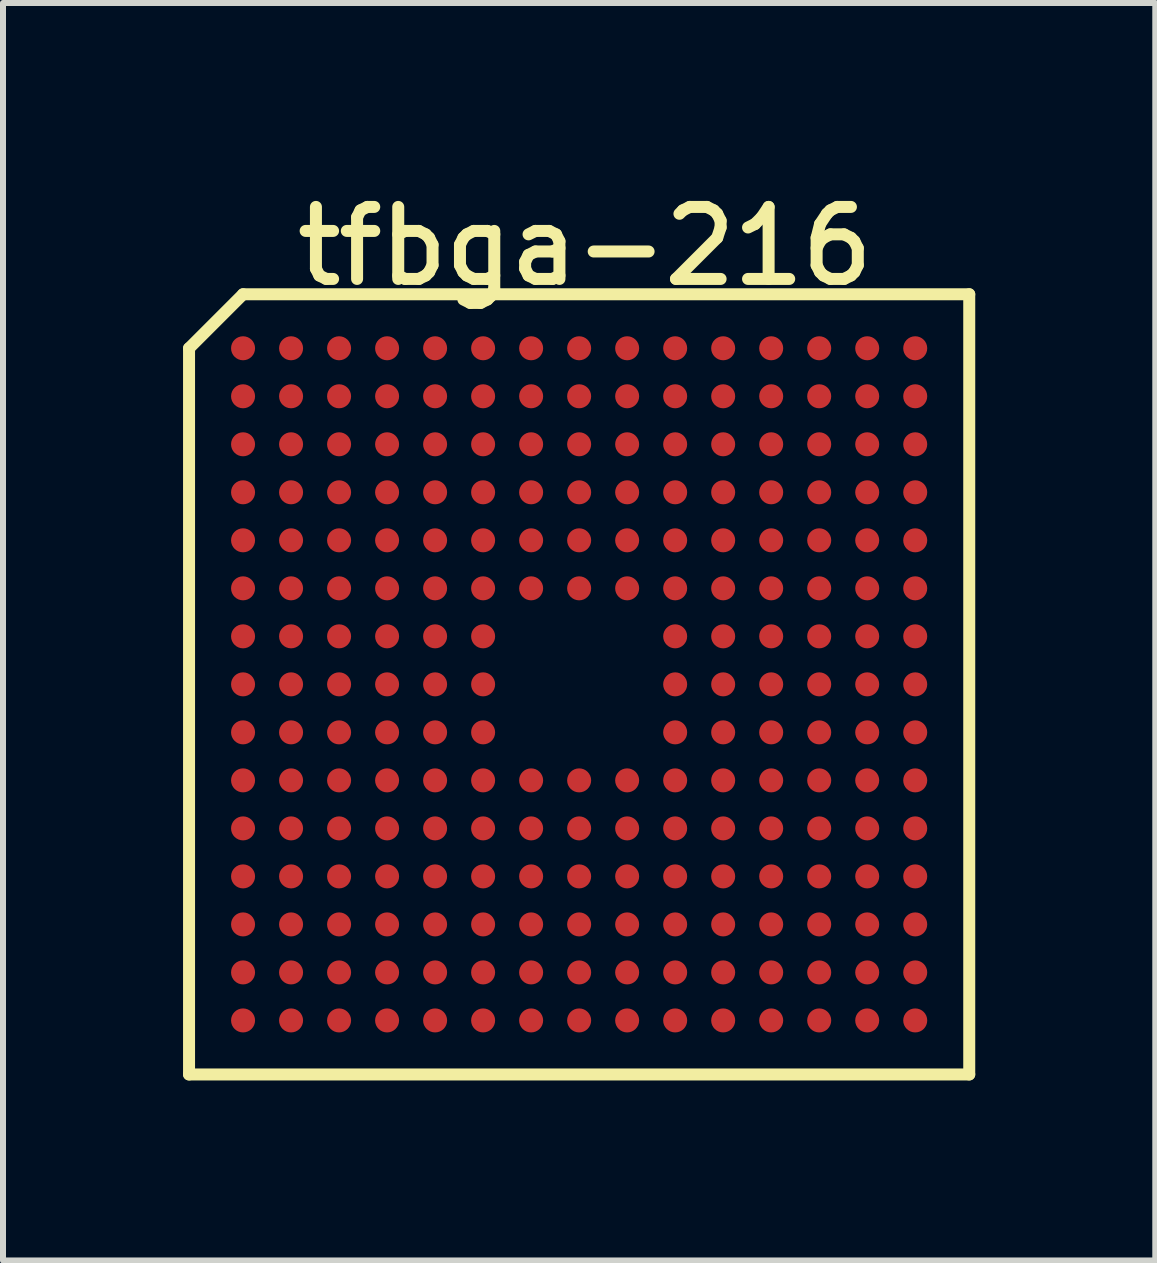
<source format=kicad_pcb>
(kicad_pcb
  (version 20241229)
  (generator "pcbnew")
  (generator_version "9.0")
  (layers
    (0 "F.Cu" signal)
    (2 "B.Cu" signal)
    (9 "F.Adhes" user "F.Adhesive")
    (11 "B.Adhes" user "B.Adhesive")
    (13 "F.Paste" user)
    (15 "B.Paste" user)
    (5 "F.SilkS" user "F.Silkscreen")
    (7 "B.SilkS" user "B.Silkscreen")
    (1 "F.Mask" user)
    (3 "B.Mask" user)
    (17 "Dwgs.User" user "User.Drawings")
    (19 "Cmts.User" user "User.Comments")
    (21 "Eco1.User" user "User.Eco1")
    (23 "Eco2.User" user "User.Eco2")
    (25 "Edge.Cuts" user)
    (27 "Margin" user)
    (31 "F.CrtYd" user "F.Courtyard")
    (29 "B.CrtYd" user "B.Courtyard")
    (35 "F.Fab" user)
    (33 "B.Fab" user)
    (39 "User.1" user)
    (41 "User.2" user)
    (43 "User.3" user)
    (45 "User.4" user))
  (footprint "tfbga-216"
    (layer "F.Cu")
    (at 6.6 8.353)
    (property "Reference" "tfbga-216" (at 0.1 -7.3 0) (layer "F.SilkS") (effects (font (size 1.2 1.2) (thickness 0.2))))
    (attr through_hole)
    (fp_line (start -6.5 -5.6) (end -6.5 6.5) (stroke (width 0.2) (type solid)) (layer "F.SilkS"))
    (fp_line (start -6.5 6.5) (end 6.5 6.5) (stroke (width 0.2) (type solid)) (layer "F.SilkS"))
    (fp_line (start -5.6 -6.5) (end -6.5 -5.6) (stroke (width 0.2) (type solid)) (layer "F.SilkS"))
    (fp_line (start 6.5 -6.5) (end -5.6 -6.5) (stroke (width 0.2) (type solid)) (layer "F.SilkS"))
    (fp_line (start 6.5 6.5) (end 6.5 -6.5) (stroke (width 0.2) (type solid)) (layer "F.SilkS"))
    (pad "A1" smd circle (at -5.6 -5.6) (size 0.4 0.4) (layers "F.Cu" "F.Mask" "F.Paste"))
    (pad "A2" smd circle (at -4.8 -5.6) (size 0.4 0.4) (layers "F.Cu" "F.Mask" "F.Paste"))
    (pad "A3" smd circle (at -4 -5.6) (size 0.4 0.4) (layers "F.Cu" "F.Mask" "F.Paste"))
    (pad "A4" smd circle (at -3.2 -5.6) (size 0.4 0.4) (layers "F.Cu" "F.Mask" "F.Paste"))
    (pad "A5" smd circle (at -2.4 -5.6) (size 0.4 0.4) (layers "F.Cu" "F.Mask" "F.Paste"))
    (pad "A6" smd circle (at -1.6 -5.6) (size 0.4 0.4) (layers "F.Cu" "F.Mask" "F.Paste"))
    (pad "A7" smd circle (at -0.8 -5.6) (size 0.4 0.4) (layers "F.Cu" "F.Mask" "F.Paste"))
    (pad "A8" smd circle (at 0 -5.6) (size 0.4 0.4) (layers "F.Cu" "F.Mask" "F.Paste"))
    (pad "A9" smd circle (at 0.8 -5.6) (size 0.4 0.4) (layers "F.Cu" "F.Mask" "F.Paste"))
    (pad "A10" smd circle (at 1.6 -5.6) (size 0.4 0.4) (layers "F.Cu" "F.Mask" "F.Paste"))
    (pad "A11" smd circle (at 2.4 -5.6) (size 0.4 0.4) (layers "F.Cu" "F.Mask" "F.Paste"))
    (pad "A12" smd circle (at 3.2 -5.6) (size 0.4 0.4) (layers "F.Cu" "F.Mask" "F.Paste"))
    (pad "A13" smd circle (at 4 -5.6) (size 0.4 0.4) (layers "F.Cu" "F.Mask" "F.Paste"))
    (pad "A14" smd circle (at 4.8 -5.6) (size 0.4 0.4) (layers "F.Cu" "F.Mask" "F.Paste"))
    (pad "A15" smd circle (at 5.6 -5.6) (size 0.4 0.4) (layers "F.Cu" "F.Mask" "F.Paste"))
    (pad "B1" smd circle (at -5.6 -4.8) (size 0.4 0.4) (layers "F.Cu" "F.Mask" "F.Paste"))
    (pad "B2" smd circle (at -4.8 -4.8) (size 0.4 0.4) (layers "F.Cu" "F.Mask" "F.Paste"))
    (pad "B3" smd circle (at -4 -4.8) (size 0.4 0.4) (layers "F.Cu" "F.Mask" "F.Paste"))
    (pad "B4" smd circle (at -3.2 -4.8) (size 0.4 0.4) (layers "F.Cu" "F.Mask" "F.Paste"))
    (pad "B5" smd circle (at -2.4 -4.8) (size 0.4 0.4) (layers "F.Cu" "F.Mask" "F.Paste"))
    (pad "B6" smd circle (at -1.6 -4.8) (size 0.4 0.4) (layers "F.Cu" "F.Mask" "F.Paste"))
    (pad "B7" smd circle (at -0.8 -4.8) (size 0.4 0.4) (layers "F.Cu" "F.Mask" "F.Paste"))
    (pad "B8" smd circle (at 0 -4.8) (size 0.4 0.4) (layers "F.Cu" "F.Mask" "F.Paste"))
    (pad "B9" smd circle (at 0.8 -4.8) (size 0.4 0.4) (layers "F.Cu" "F.Mask" "F.Paste"))
    (pad "B10" smd circle (at 1.6 -4.8) (size 0.4 0.4) (layers "F.Cu" "F.Mask" "F.Paste"))
    (pad "B11" smd circle (at 2.4 -4.8) (size 0.4 0.4) (layers "F.Cu" "F.Mask" "F.Paste"))
    (pad "B12" smd circle (at 3.2 -4.8) (size 0.4 0.4) (layers "F.Cu" "F.Mask" "F.Paste"))
    (pad "B13" smd circle (at 4 -4.8) (size 0.4 0.4) (layers "F.Cu" "F.Mask" "F.Paste"))
    (pad "B14" smd circle (at 4.8 -4.8) (size 0.4 0.4) (layers "F.Cu" "F.Mask" "F.Paste"))
    (pad "B15" smd circle (at 5.6 -4.8) (size 0.4 0.4) (layers "F.Cu" "F.Mask" "F.Paste"))
    (pad "C1" smd circle (at -5.6 -4) (size 0.4 0.4) (layers "F.Cu" "F.Mask" "F.Paste"))
    (pad "C2" smd circle (at -4.8 -4) (size 0.4 0.4) (layers "F.Cu" "F.Mask" "F.Paste"))
    (pad "C3" smd circle (at -4 -4) (size 0.4 0.4) (layers "F.Cu" "F.Mask" "F.Paste"))
    (pad "C4" smd circle (at -3.2 -4) (size 0.4 0.4) (layers "F.Cu" "F.Mask" "F.Paste"))
    (pad "C5" smd circle (at -2.4 -4) (size 0.4 0.4) (layers "F.Cu" "F.Mask" "F.Paste"))
    (pad "C6" smd circle (at -1.6 -4) (size 0.4 0.4) (layers "F.Cu" "F.Mask" "F.Paste"))
    (pad "C7" smd circle (at -0.8 -4) (size 0.4 0.4) (layers "F.Cu" "F.Mask" "F.Paste"))
    (pad "C8" smd circle (at 0 -4) (size 0.4 0.4) (layers "F.Cu" "F.Mask" "F.Paste"))
    (pad "C9" smd circle (at 0.8 -4) (size 0.4 0.4) (layers "F.Cu" "F.Mask" "F.Paste"))
    (pad "C10" smd circle (at 1.6 -4) (size 0.4 0.4) (layers "F.Cu" "F.Mask" "F.Paste"))
    (pad "C11" smd circle (at 2.4 -4) (size 0.4 0.4) (layers "F.Cu" "F.Mask" "F.Paste"))
    (pad "C12" smd circle (at 3.2 -4) (size 0.4 0.4) (layers "F.Cu" "F.Mask" "F.Paste"))
    (pad "C13" smd circle (at 4 -4) (size 0.4 0.4) (layers "F.Cu" "F.Mask" "F.Paste"))
    (pad "C14" smd circle (at 4.8 -4) (size 0.4 0.4) (layers "F.Cu" "F.Mask" "F.Paste"))
    (pad "C15" smd circle (at 5.6 -4) (size 0.4 0.4) (layers "F.Cu" "F.Mask" "F.Paste"))
    (pad "D1" smd circle (at -5.6 -3.2) (size 0.4 0.4) (layers "F.Cu" "F.Mask" "F.Paste"))
    (pad "D2" smd circle (at -4.8 -3.2) (size 0.4 0.4) (layers "F.Cu" "F.Mask" "F.Paste"))
    (pad "D3" smd circle (at -4 -3.2) (size 0.4 0.4) (layers "F.Cu" "F.Mask" "F.Paste"))
    (pad "D4" smd circle (at -3.2 -3.2) (size 0.4 0.4) (layers "F.Cu" "F.Mask" "F.Paste"))
    (pad "D5" smd circle (at -2.4 -3.2) (size 0.4 0.4) (layers "F.Cu" "F.Mask" "F.Paste"))
    (pad "D6" smd circle (at -1.6 -3.2) (size 0.4 0.4) (layers "F.Cu" "F.Mask" "F.Paste"))
    (pad "D7" smd circle (at -0.8 -3.2) (size 0.4 0.4) (layers "F.Cu" "F.Mask" "F.Paste"))
    (pad "D8" smd circle (at 0 -3.2) (size 0.4 0.4) (layers "F.Cu" "F.Mask" "F.Paste"))
    (pad "D9" smd circle (at 0.8 -3.2) (size 0.4 0.4) (layers "F.Cu" "F.Mask" "F.Paste"))
    (pad "D10" smd circle (at 1.6 -3.2) (size 0.4 0.4) (layers "F.Cu" "F.Mask" "F.Paste"))
    (pad "D11" smd circle (at 2.4 -3.2) (size 0.4 0.4) (layers "F.Cu" "F.Mask" "F.Paste"))
    (pad "D12" smd circle (at 3.2 -3.2) (size 0.4 0.4) (layers "F.Cu" "F.Mask" "F.Paste"))
    (pad "D13" smd circle (at 4 -3.2) (size 0.4 0.4) (layers "F.Cu" "F.Mask" "F.Paste"))
    (pad "D14" smd circle (at 4.8 -3.2) (size 0.4 0.4) (layers "F.Cu" "F.Mask" "F.Paste"))
    (pad "D15" smd circle (at 5.6 -3.2) (size 0.4 0.4) (layers "F.Cu" "F.Mask" "F.Paste"))
    (pad "E1" smd circle (at -5.6 -2.4) (size 0.4 0.4) (layers "F.Cu" "F.Mask" "F.Paste"))
    (pad "E2" smd circle (at -4.8 -2.4) (size 0.4 0.4) (layers "F.Cu" "F.Mask" "F.Paste"))
    (pad "E3" smd circle (at -4 -2.4) (size 0.4 0.4) (layers "F.Cu" "F.Mask" "F.Paste"))
    (pad "E4" smd circle (at -3.2 -2.4) (size 0.4 0.4) (layers "F.Cu" "F.Mask" "F.Paste"))
    (pad "E5" smd circle (at -2.4 -2.4) (size 0.4 0.4) (layers "F.Cu" "F.Mask" "F.Paste"))
    (pad "E6" smd circle (at -1.6 -2.4) (size 0.4 0.4) (layers "F.Cu" "F.Mask" "F.Paste"))
    (pad "E7" smd circle (at -0.8 -2.4) (size 0.4 0.4) (layers "F.Cu" "F.Mask" "F.Paste"))
    (pad "E8" smd circle (at 0 -2.4) (size 0.4 0.4) (layers "F.Cu" "F.Mask" "F.Paste"))
    (pad "E9" smd circle (at 0.8 -2.4) (size 0.4 0.4) (layers "F.Cu" "F.Mask" "F.Paste"))
    (pad "E10" smd circle (at 1.6 -2.4) (size 0.4 0.4) (layers "F.Cu" "F.Mask" "F.Paste"))
    (pad "E11" smd circle (at 2.4 -2.4) (size 0.4 0.4) (layers "F.Cu" "F.Mask" "F.Paste"))
    (pad "E12" smd circle (at 3.2 -2.4) (size 0.4 0.4) (layers "F.Cu" "F.Mask" "F.Paste"))
    (pad "E13" smd circle (at 4 -2.4) (size 0.4 0.4) (layers "F.Cu" "F.Mask" "F.Paste"))
    (pad "E14" smd circle (at 4.8 -2.4) (size 0.4 0.4) (layers "F.Cu" "F.Mask" "F.Paste"))
    (pad "E15" smd circle (at 5.6 -2.4) (size 0.4 0.4) (layers "F.Cu" "F.Mask" "F.Paste"))
    (pad "F1" smd circle (at -5.6 -1.6) (size 0.4 0.4) (layers "F.Cu" "F.Mask" "F.Paste"))
    (pad "F2" smd circle (at -4.8 -1.6) (size 0.4 0.4) (layers "F.Cu" "F.Mask" "F.Paste"))
    (pad "F3" smd circle (at -4 -1.6) (size 0.4 0.4) (layers "F.Cu" "F.Mask" "F.Paste"))
    (pad "F4" smd circle (at -3.2 -1.6) (size 0.4 0.4) (layers "F.Cu" "F.Mask" "F.Paste"))
    (pad "F5" smd circle (at -2.4 -1.6) (size 0.4 0.4) (layers "F.Cu" "F.Mask" "F.Paste"))
    (pad "F6" smd circle (at -1.6 -1.6) (size 0.4 0.4) (layers "F.Cu" "F.Mask" "F.Paste"))
    (pad "F7" smd circle (at -0.8 -1.6) (size 0.4 0.4) (layers "F.Cu" "F.Mask" "F.Paste"))
    (pad "F8" smd circle (at 0 -1.6) (size 0.4 0.4) (layers "F.Cu" "F.Mask" "F.Paste"))
    (pad "F9" smd circle (at 0.8 -1.6) (size 0.4 0.4) (layers "F.Cu" "F.Mask" "F.Paste"))
    (pad "F10" smd circle (at 1.6 -1.6) (size 0.4 0.4) (layers "F.Cu" "F.Mask" "F.Paste"))
    (pad "F11" smd circle (at 2.4 -1.6) (size 0.4 0.4) (layers "F.Cu" "F.Mask" "F.Paste"))
    (pad "F12" smd circle (at 3.2 -1.6) (size 0.4 0.4) (layers "F.Cu" "F.Mask" "F.Paste"))
    (pad "F13" smd circle (at 4 -1.6) (size 0.4 0.4) (layers "F.Cu" "F.Mask" "F.Paste"))
    (pad "F14" smd circle (at 4.8 -1.6) (size 0.4 0.4) (layers "F.Cu" "F.Mask" "F.Paste"))
    (pad "F15" smd circle (at 5.6 -1.6) (size 0.4 0.4) (layers "F.Cu" "F.Mask" "F.Paste"))
    (pad "G1" smd circle (at -5.6 -0.8) (size 0.4 0.4) (layers "F.Cu" "F.Mask" "F.Paste"))
    (pad "G2" smd circle (at -4.8 -0.8) (size 0.4 0.4) (layers "F.Cu" "F.Mask" "F.Paste"))
    (pad "G3" smd circle (at -4 -0.8) (size 0.4 0.4) (layers "F.Cu" "F.Mask" "F.Paste"))
    (pad "G4" smd circle (at -3.2 -0.8) (size 0.4 0.4) (layers "F.Cu" "F.Mask" "F.Paste"))
    (pad "G5" smd circle (at -2.4 -0.8) (size 0.4 0.4) (layers "F.Cu" "F.Mask" "F.Paste"))
    (pad "G6" smd circle (at -1.6 -0.8) (size 0.4 0.4) (layers "F.Cu" "F.Mask" "F.Paste"))
    (pad "G10" smd circle (at 1.6 -0.8) (size 0.4 0.4) (layers "F.Cu" "F.Mask" "F.Paste"))
    (pad "G11" smd circle (at 2.4 -0.8) (size 0.4 0.4) (layers "F.Cu" "F.Mask" "F.Paste"))
    (pad "G12" smd circle (at 3.2 -0.8) (size 0.4 0.4) (layers "F.Cu" "F.Mask" "F.Paste"))
    (pad "G13" smd circle (at 4 -0.8) (size 0.4 0.4) (layers "F.Cu" "F.Mask" "F.Paste"))
    (pad "G14" smd circle (at 4.8 -0.8) (size 0.4 0.4) (layers "F.Cu" "F.Mask" "F.Paste"))
    (pad "G15" smd circle (at 5.6 -0.8) (size 0.4 0.4) (layers "F.Cu" "F.Mask" "F.Paste"))
    (pad "H1" smd circle (at -5.6 0) (size 0.4 0.4) (layers "F.Cu" "F.Mask" "F.Paste"))
    (pad "H2" smd circle (at -4.8 0) (size 0.4 0.4) (layers "F.Cu" "F.Mask" "F.Paste"))
    (pad "H3" smd circle (at -4 0) (size 0.4 0.4) (layers "F.Cu" "F.Mask" "F.Paste"))
    (pad "H4" smd circle (at -3.2 0) (size 0.4 0.4) (layers "F.Cu" "F.Mask" "F.Paste"))
    (pad "H5" smd circle (at -2.4 0) (size 0.4 0.4) (layers "F.Cu" "F.Mask" "F.Paste"))
    (pad "H6" smd circle (at -1.6 0) (size 0.4 0.4) (layers "F.Cu" "F.Mask" "F.Paste"))
    (pad "H10" smd circle (at 1.6 0) (size 0.4 0.4) (layers "F.Cu" "F.Mask" "F.Paste"))
    (pad "H11" smd circle (at 2.4 0) (size 0.4 0.4) (layers "F.Cu" "F.Mask" "F.Paste"))
    (pad "H12" smd circle (at 3.2 0) (size 0.4 0.4) (layers "F.Cu" "F.Mask" "F.Paste"))
    (pad "H13" smd circle (at 4 0) (size 0.4 0.4) (layers "F.Cu" "F.Mask" "F.Paste"))
    (pad "H14" smd circle (at 4.8 0) (size 0.4 0.4) (layers "F.Cu" "F.Mask" "F.Paste"))
    (pad "H15" smd circle (at 5.6 0) (size 0.4 0.4) (layers "F.Cu" "F.Mask" "F.Paste"))
    (pad "J1" smd circle (at -5.6 0.8) (size 0.4 0.4) (layers "F.Cu" "F.Mask" "F.Paste"))
    (pad "J2" smd circle (at -4.8 0.8) (size 0.4 0.4) (layers "F.Cu" "F.Mask" "F.Paste"))
    (pad "J3" smd circle (at -4 0.8) (size 0.4 0.4) (layers "F.Cu" "F.Mask" "F.Paste"))
    (pad "J4" smd circle (at -3.2 0.8) (size 0.4 0.4) (layers "F.Cu" "F.Mask" "F.Paste"))
    (pad "J5" smd circle (at -2.4 0.8) (size 0.4 0.4) (layers "F.Cu" "F.Mask" "F.Paste"))
    (pad "J6" smd circle (at -1.6 0.8) (size 0.4 0.4) (layers "F.Cu" "F.Mask" "F.Paste"))
    (pad "J10" smd circle (at 1.6 0.8) (size 0.4 0.4) (layers "F.Cu" "F.Mask" "F.Paste"))
    (pad "J11" smd circle (at 2.4 0.8) (size 0.4 0.4) (layers "F.Cu" "F.Mask" "F.Paste"))
    (pad "J12" smd circle (at 3.2 0.8) (size 0.4 0.4) (layers "F.Cu" "F.Mask" "F.Paste"))
    (pad "J13" smd circle (at 4 0.8) (size 0.4 0.4) (layers "F.Cu" "F.Mask" "F.Paste"))
    (pad "J14" smd circle (at 4.8 0.8) (size 0.4 0.4) (layers "F.Cu" "F.Mask" "F.Paste"))
    (pad "J15" smd circle (at 5.6 0.8) (size 0.4 0.4) (layers "F.Cu" "F.Mask" "F.Paste"))
    (pad "K1" smd circle (at -5.6 1.6) (size 0.4 0.4) (layers "F.Cu" "F.Mask" "F.Paste"))
    (pad "K2" smd circle (at -4.8 1.6) (size 0.4 0.4) (layers "F.Cu" "F.Mask" "F.Paste"))
    (pad "K3" smd circle (at -4 1.6) (size 0.4 0.4) (layers "F.Cu" "F.Mask" "F.Paste"))
    (pad "K4" smd circle (at -3.2 1.6) (size 0.4 0.4) (layers "F.Cu" "F.Mask" "F.Paste"))
    (pad "K5" smd circle (at -2.4 1.6) (size 0.4 0.4) (layers "F.Cu" "F.Mask" "F.Paste"))
    (pad "K6" smd circle (at -1.6 1.6) (size 0.4 0.4) (layers "F.Cu" "F.Mask" "F.Paste"))
    (pad "K7" smd circle (at -0.8 1.6) (size 0.4 0.4) (layers "F.Cu" "F.Mask" "F.Paste"))
    (pad "K8" smd circle (at 0 1.6) (size 0.4 0.4) (layers "F.Cu" "F.Mask" "F.Paste"))
    (pad "K9" smd circle (at 0.8 1.6) (size 0.4 0.4) (layers "F.Cu" "F.Mask" "F.Paste"))
    (pad "K10" smd circle (at 1.6 1.6) (size 0.4 0.4) (layers "F.Cu" "F.Mask" "F.Paste"))
    (pad "K11" smd circle (at 2.4 1.6) (size 0.4 0.4) (layers "F.Cu" "F.Mask" "F.Paste"))
    (pad "K12" smd circle (at 3.2 1.6) (size 0.4 0.4) (layers "F.Cu" "F.Mask" "F.Paste"))
    (pad "K13" smd circle (at 4 1.6) (size 0.4 0.4) (layers "F.Cu" "F.Mask" "F.Paste"))
    (pad "K14" smd circle (at 4.8 1.6) (size 0.4 0.4) (layers "F.Cu" "F.Mask" "F.Paste"))
    (pad "K15" smd circle (at 5.6 1.6) (size 0.4 0.4) (layers "F.Cu" "F.Mask" "F.Paste"))
    (pad "L1" smd circle (at -5.6 2.4) (size 0.4 0.4) (layers "F.Cu" "F.Mask" "F.Paste"))
    (pad "L2" smd circle (at -4.8 2.4) (size 0.4 0.4) (layers "F.Cu" "F.Mask" "F.Paste"))
    (pad "L3" smd circle (at -4 2.4) (size 0.4 0.4) (layers "F.Cu" "F.Mask" "F.Paste"))
    (pad "L4" smd circle (at -3.2 2.4) (size 0.4 0.4) (layers "F.Cu" "F.Mask" "F.Paste"))
    (pad "L5" smd circle (at -2.4 2.4) (size 0.4 0.4) (layers "F.Cu" "F.Mask" "F.Paste"))
    (pad "L6" smd circle (at -1.6 2.4) (size 0.4 0.4) (layers "F.Cu" "F.Mask" "F.Paste"))
    (pad "L7" smd circle (at -0.8 2.4) (size 0.4 0.4) (layers "F.Cu" "F.Mask" "F.Paste"))
    (pad "L8" smd circle (at 0 2.4) (size 0.4 0.4) (layers "F.Cu" "F.Mask" "F.Paste"))
    (pad "L9" smd circle (at 0.8 2.4) (size 0.4 0.4) (layers "F.Cu" "F.Mask" "F.Paste"))
    (pad "L10" smd circle (at 1.6 2.4) (size 0.4 0.4) (layers "F.Cu" "F.Mask" "F.Paste"))
    (pad "L11" smd circle (at 2.4 2.4) (size 0.4 0.4) (layers "F.Cu" "F.Mask" "F.Paste"))
    (pad "L12" smd circle (at 3.2 2.4) (size 0.4 0.4) (layers "F.Cu" "F.Mask" "F.Paste"))
    (pad "L13" smd circle (at 4 2.4) (size 0.4 0.4) (layers "F.Cu" "F.Mask" "F.Paste"))
    (pad "L14" smd circle (at 4.8 2.4) (size 0.4 0.4) (layers "F.Cu" "F.Mask" "F.Paste"))
    (pad "L15" smd circle (at 5.6 2.4) (size 0.4 0.4) (layers "F.Cu" "F.Mask" "F.Paste"))
    (pad "M1" smd circle (at -5.6 3.2) (size 0.4 0.4) (layers "F.Cu" "F.Mask" "F.Paste"))
    (pad "M2" smd circle (at -4.8 3.2) (size 0.4 0.4) (layers "F.Cu" "F.Mask" "F.Paste"))
    (pad "M3" smd circle (at -4 3.2) (size 0.4 0.4) (layers "F.Cu" "F.Mask" "F.Paste"))
    (pad "M4" smd circle (at -3.2 3.2) (size 0.4 0.4) (layers "F.Cu" "F.Mask" "F.Paste"))
    (pad "M5" smd circle (at -2.4 3.2) (size 0.4 0.4) (layers "F.Cu" "F.Mask" "F.Paste"))
    (pad "M6" smd circle (at -1.6 3.2) (size 0.4 0.4) (layers "F.Cu" "F.Mask" "F.Paste"))
    (pad "M7" smd circle (at -0.8 3.2) (size 0.4 0.4) (layers "F.Cu" "F.Mask" "F.Paste"))
    (pad "M8" smd circle (at 0 3.2) (size 0.4 0.4) (layers "F.Cu" "F.Mask" "F.Paste"))
    (pad "M9" smd circle (at 0.8 3.2) (size 0.4 0.4) (layers "F.Cu" "F.Mask" "F.Paste"))
    (pad "M10" smd circle (at 1.6 3.2) (size 0.4 0.4) (layers "F.Cu" "F.Mask" "F.Paste"))
    (pad "M11" smd circle (at 2.4 3.2) (size 0.4 0.4) (layers "F.Cu" "F.Mask" "F.Paste"))
    (pad "M12" smd circle (at 3.2 3.2) (size 0.4 0.4) (layers "F.Cu" "F.Mask" "F.Paste"))
    (pad "M13" smd circle (at 4 3.2) (size 0.4 0.4) (layers "F.Cu" "F.Mask" "F.Paste"))
    (pad "M14" smd circle (at 4.8 3.2) (size 0.4 0.4) (layers "F.Cu" "F.Mask" "F.Paste"))
    (pad "M15" smd circle (at 5.6 3.2) (size 0.4 0.4) (layers "F.Cu" "F.Mask" "F.Paste"))
    (pad "N1" smd circle (at -5.6 4) (size 0.4 0.4) (layers "F.Cu" "F.Mask" "F.Paste"))
    (pad "N2" smd circle (at -4.8 4) (size 0.4 0.4) (layers "F.Cu" "F.Mask" "F.Paste"))
    (pad "N3" smd circle (at -4 4) (size 0.4 0.4) (layers "F.Cu" "F.Mask" "F.Paste"))
    (pad "N4" smd circle (at -3.2 4) (size 0.4 0.4) (layers "F.Cu" "F.Mask" "F.Paste"))
    (pad "N5" smd circle (at -2.4 4) (size 0.4 0.4) (layers "F.Cu" "F.Mask" "F.Paste"))
    (pad "N6" smd circle (at -1.6 4) (size 0.4 0.4) (layers "F.Cu" "F.Mask" "F.Paste"))
    (pad "N7" smd circle (at -0.8 4) (size 0.4 0.4) (layers "F.Cu" "F.Mask" "F.Paste"))
    (pad "N8" smd circle (at 0 4) (size 0.4 0.4) (layers "F.Cu" "F.Mask" "F.Paste"))
    (pad "N9" smd circle (at 0.8 4) (size 0.4 0.4) (layers "F.Cu" "F.Mask" "F.Paste"))
    (pad "N10" smd circle (at 1.6 4) (size 0.4 0.4) (layers "F.Cu" "F.Mask" "F.Paste"))
    (pad "N11" smd circle (at 2.4 4) (size 0.4 0.4) (layers "F.Cu" "F.Mask" "F.Paste"))
    (pad "N12" smd circle (at 3.2 4) (size 0.4 0.4) (layers "F.Cu" "F.Mask" "F.Paste"))
    (pad "N13" smd circle (at 4 4) (size 0.4 0.4) (layers "F.Cu" "F.Mask" "F.Paste"))
    (pad "N14" smd circle (at 4.8 4) (size 0.4 0.4) (layers "F.Cu" "F.Mask" "F.Paste"))
    (pad "N15" smd circle (at 5.6 4) (size 0.4 0.4) (layers "F.Cu" "F.Mask" "F.Paste"))
    (pad "P1" smd circle (at -5.6 4.8) (size 0.4 0.4) (layers "F.Cu" "F.Mask" "F.Paste"))
    (pad "P2" smd circle (at -4.8 4.8) (size 0.4 0.4) (layers "F.Cu" "F.Mask" "F.Paste"))
    (pad "P3" smd circle (at -4 4.8) (size 0.4 0.4) (layers "F.Cu" "F.Mask" "F.Paste"))
    (pad "P4" smd circle (at -3.2 4.8) (size 0.4 0.4) (layers "F.Cu" "F.Mask" "F.Paste"))
    (pad "P5" smd circle (at -2.4 4.8) (size 0.4 0.4) (layers "F.Cu" "F.Mask" "F.Paste"))
    (pad "P6" smd circle (at -1.6 4.8) (size 0.4 0.4) (layers "F.Cu" "F.Mask" "F.Paste"))
    (pad "P7" smd circle (at -0.8 4.8) (size 0.4 0.4) (layers "F.Cu" "F.Mask" "F.Paste"))
    (pad "P8" smd circle (at 0 4.8) (size 0.4 0.4) (layers "F.Cu" "F.Mask" "F.Paste"))
    (pad "P9" smd circle (at 0.8 4.8) (size 0.4 0.4) (layers "F.Cu" "F.Mask" "F.Paste"))
    (pad "P10" smd circle (at 1.6 4.8) (size 0.4 0.4) (layers "F.Cu" "F.Mask" "F.Paste"))
    (pad "P11" smd circle (at 2.4 4.8) (size 0.4 0.4) (layers "F.Cu" "F.Mask" "F.Paste"))
    (pad "P12" smd circle (at 3.2 4.8) (size 0.4 0.4) (layers "F.Cu" "F.Mask" "F.Paste"))
    (pad "P13" smd circle (at 4 4.8) (size 0.4 0.4) (layers "F.Cu" "F.Mask" "F.Paste"))
    (pad "P14" smd circle (at 4.8 4.8) (size 0.4 0.4) (layers "F.Cu" "F.Mask" "F.Paste"))
    (pad "P15" smd circle (at 5.6 4.8) (size 0.4 0.4) (layers "F.Cu" "F.Mask" "F.Paste"))
    (pad "R1" smd circle (at -5.6 5.6) (size 0.4 0.4) (layers "F.Cu" "F.Mask" "F.Paste"))
    (pad "R2" smd circle (at -4.8 5.6) (size 0.4 0.4) (layers "F.Cu" "F.Mask" "F.Paste"))
    (pad "R3" smd circle (at -4 5.6) (size 0.4 0.4) (layers "F.Cu" "F.Mask" "F.Paste"))
    (pad "R4" smd circle (at -3.2 5.6) (size 0.4 0.4) (layers "F.Cu" "F.Mask" "F.Paste"))
    (pad "R5" smd circle (at -2.4 5.6) (size 0.4 0.4) (layers "F.Cu" "F.Mask" "F.Paste"))
    (pad "R6" smd circle (at -1.6 5.6) (size 0.4 0.4) (layers "F.Cu" "F.Mask" "F.Paste"))
    (pad "R7" smd circle (at -0.8 5.6) (size 0.4 0.4) (layers "F.Cu" "F.Mask" "F.Paste"))
    (pad "R8" smd circle (at 0 5.6) (size 0.4 0.4) (layers "F.Cu" "F.Mask" "F.Paste"))
    (pad "R9" smd circle (at 0.8 5.6) (size 0.4 0.4) (layers "F.Cu" "F.Mask" "F.Paste"))
    (pad "R10" smd circle (at 1.6 5.6) (size 0.4 0.4) (layers "F.Cu" "F.Mask" "F.Paste"))
    (pad "R11" smd circle (at 2.4 5.6) (size 0.4 0.4) (layers "F.Cu" "F.Mask" "F.Paste"))
    (pad "R12" smd circle (at 3.2 5.6) (size 0.4 0.4) (layers "F.Cu" "F.Mask" "F.Paste"))
    (pad "R13" smd circle (at 4 5.6) (size 0.4 0.4) (layers "F.Cu" "F.Mask" "F.Paste"))
    (pad "R14" smd circle (at 4.8 5.6) (size 0.4 0.4) (layers "F.Cu" "F.Mask" "F.Paste"))
    (pad "R15" smd circle (at 5.6 5.6) (size 0.4 0.4) (layers "F.Cu" "F.Mask" "F.Paste")))
  (gr_rect
    (start -3 -3)
    (end 16.2 17.953)
    (stroke (width 0.1) (type default))
    (fill no)
    (layer "Edge.Cuts")))
</source>
